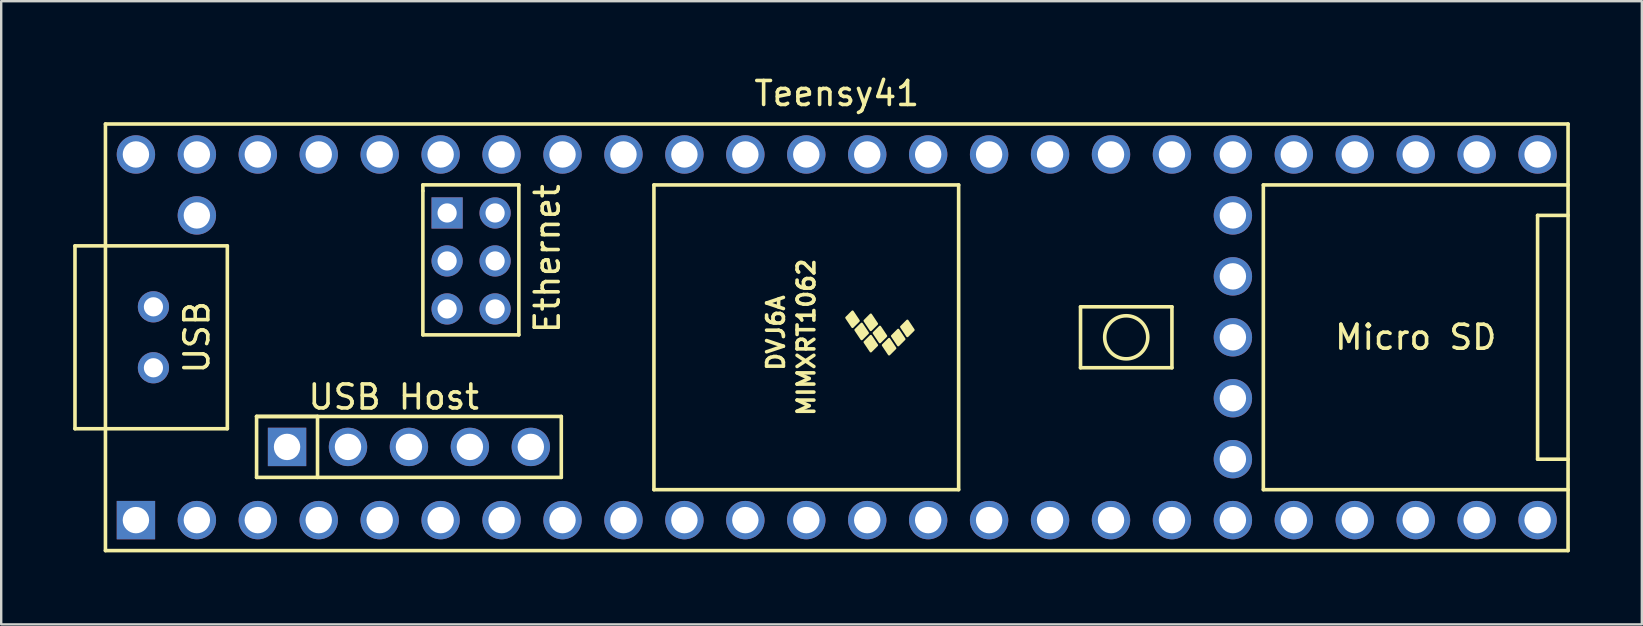
<source format=kicad_pcb>
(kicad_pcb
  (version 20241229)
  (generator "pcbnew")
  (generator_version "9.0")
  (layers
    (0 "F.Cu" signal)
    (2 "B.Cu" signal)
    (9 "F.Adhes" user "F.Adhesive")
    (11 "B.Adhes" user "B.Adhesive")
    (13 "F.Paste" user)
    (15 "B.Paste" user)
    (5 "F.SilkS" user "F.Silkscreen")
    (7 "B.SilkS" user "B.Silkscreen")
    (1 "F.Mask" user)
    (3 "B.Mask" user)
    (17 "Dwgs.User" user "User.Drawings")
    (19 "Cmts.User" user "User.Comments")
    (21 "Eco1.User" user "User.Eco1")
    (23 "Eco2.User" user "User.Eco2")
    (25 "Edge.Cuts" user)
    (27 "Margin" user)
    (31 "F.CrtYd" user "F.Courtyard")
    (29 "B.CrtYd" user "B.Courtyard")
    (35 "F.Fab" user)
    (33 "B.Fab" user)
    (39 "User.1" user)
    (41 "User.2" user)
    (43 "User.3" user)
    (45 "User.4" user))
  (footprint "Teensy41"
    (layer "F.Cu")
    (at 31.825 11.008)
    (property "Reference" "Teensy41" (at 0 -10.16 0) (layer "F.SilkS") (effects (font (size 1 1) (thickness 0.15))))
    (attr through_hole)
    (fp_line (start -31.75 -3.81) (end -30.48 -3.81) (stroke (width 0.15) (type solid)) (layer "F.SilkS"))
    (fp_line (start -31.75 3.81) (end -31.75 -3.81) (stroke (width 0.15) (type solid)) (layer "F.SilkS"))
    (fp_line (start -30.48 -8.89) (end 30.48 -8.89) (stroke (width 0.15) (type solid)) (layer "F.SilkS"))
    (fp_line (start -30.48 3.81) (end -31.75 3.81) (stroke (width 0.15) (type solid)) (layer "F.SilkS"))
    (fp_line (start -30.48 8.89) (end -30.48 -8.89) (stroke (width 0.15) (type solid)) (layer "F.SilkS"))
    (fp_line (start -25.4 -3.81) (end -30.48 -3.81) (stroke (width 0.15) (type solid)) (layer "F.SilkS"))
    (fp_line (start -25.4 3.81) (end -30.48 3.81) (stroke (width 0.15) (type solid)) (layer "F.SilkS"))
    (fp_line (start -25.4 3.81) (end -25.4 -3.81) (stroke (width 0.15) (type solid)) (layer "F.SilkS"))
    (fp_line (start -24.181 3.299) (end -21.641 3.299) (stroke (width 0.15) (type solid)) (layer "F.SilkS"))
    (fp_line (start -24.181 3.299) (end -11.481 3.299) (stroke (width 0.15) (type solid)) (layer "F.SilkS"))
    (fp_line (start -24.181 5.839) (end -24.181 3.299) (stroke (width 0.15) (type solid)) (layer "F.SilkS"))
    (fp_line (start -21.641 3.299) (end -21.641 5.839) (stroke (width 0.15) (type solid)) (layer "F.SilkS"))
    (fp_line (start -17.25 -6.352) (end -17.25 -6.102) (stroke (width 0.15) (type solid)) (layer "F.SilkS"))
    (fp_line (start -17.25 -6.102) (end -17.25 -0.102) (stroke (width 0.15) (type solid)) (layer "F.SilkS"))
    (fp_line (start -17.25 -0.102) (end -13.25 -0.102) (stroke (width 0.15) (type solid)) (layer "F.SilkS"))
    (fp_line (start -13.25 -6.352) (end -17.25 -6.352) (stroke (width 0.15) (type solid)) (layer "F.SilkS"))
    (fp_line (start -13.25 -0.102) (end -13.25 -6.352) (stroke (width 0.15) (type solid)) (layer "F.SilkS"))
    (fp_line (start -11.481 3.299) (end -11.481 5.839) (stroke (width 0.15) (type solid)) (layer "F.SilkS"))
    (fp_line (start -11.481 5.839) (end -24.181 5.839) (stroke (width 0.15) (type solid)) (layer "F.SilkS"))
    (fp_line (start -7.62 -6.35) (end -7.62 6.35) (stroke (width 0.15) (type solid)) (layer "F.SilkS"))
    (fp_line (start -7.62 6.35) (end 5.08 6.35) (stroke (width 0.15) (type solid)) (layer "F.SilkS"))
    (fp_line (start 5.08 -6.35) (end -7.62 -6.35) (stroke (width 0.15) (type solid)) (layer "F.SilkS"))
    (fp_line (start 5.08 6.35) (end 5.08 -6.35) (stroke (width 0.15) (type solid)) (layer "F.SilkS"))
    (fp_line (start 10.16 -1.27) (end 13.97 -1.27) (stroke (width 0.15) (type solid)) (layer "F.SilkS"))
    (fp_line (start 10.16 1.27) (end 10.16 -1.27) (stroke (width 0.15) (type solid)) (layer "F.SilkS"))
    (fp_line (start 13.97 -1.27) (end 13.97 1.27) (stroke (width 0.15) (type solid)) (layer "F.SilkS"))
    (fp_line (start 13.97 1.27) (end 10.16 1.27) (stroke (width 0.15) (type solid)) (layer "F.SilkS"))
    (fp_line (start 17.78 -6.35) (end 17.78 6.35) (stroke (width 0.15) (type solid)) (layer "F.SilkS"))
    (fp_line (start 17.78 6.35) (end 30.48 6.35) (stroke (width 0.15) (type solid)) (layer "F.SilkS"))
    (fp_line (start 29.21 -5.08) (end 29.21 5.08) (stroke (width 0.15) (type solid)) (layer "F.SilkS"))
    (fp_line (start 29.21 5.08) (end 30.48 5.08) (stroke (width 0.15) (type solid)) (layer "F.SilkS"))
    (fp_line (start 30.48 -8.89) (end 30.48 8.89) (stroke (width 0.15) (type solid)) (layer "F.SilkS"))
    (fp_line (start 30.48 -6.35) (end 17.78 -6.35) (stroke (width 0.15) (type solid)) (layer "F.SilkS"))
    (fp_line (start 30.48 -5.08) (end 29.21 -5.08) (stroke (width 0.15) (type solid)) (layer "F.SilkS"))
    (fp_line (start 30.48 8.89) (end -30.48 8.89) (stroke (width 0.15) (type solid)) (layer "F.SilkS"))
    (fp_circle (center 12.065 0) (end 12.7 -0.635) (stroke (width 0.15) (type solid)) (fill no) (layer "F.SilkS"))
    (fp_poly (pts (xy 0.911 -0.688) (xy 0.657 -0.434) (xy 0.403 -0.815) (xy 0.657 -1.069)) (stroke (width 0.1) (type solid)) (fill yes) (layer "F.SilkS"))
    (fp_poly (pts (xy 1.292 -0.18) (xy 1.038 0.074) (xy 0.784 -0.307) (xy 1.038 -0.561)) (stroke (width 0.1) (type solid)) (fill yes) (layer "F.SilkS"))
    (fp_poly (pts (xy 1.673 -0.561) (xy 1.419 -0.307) (xy 1.165 -0.688) (xy 1.419 -0.942)) (stroke (width 0.1) (type solid)) (fill yes) (layer "F.SilkS"))
    (fp_poly (pts (xy 1.673 0.328) (xy 1.419 0.582) (xy 1.165 0.201) (xy 1.419 -0.053)) (stroke (width 0.1) (type solid)) (fill yes) (layer "F.SilkS"))
    (fp_poly (pts (xy 2.054 -0.053) (xy 1.8 0.201) (xy 1.546 -0.18) (xy 1.8 -0.434)) (stroke (width 0.1) (type solid)) (fill yes) (layer "F.SilkS"))
    (fp_poly (pts (xy 2.435 0.455) (xy 2.181 0.709) (xy 1.927 0.328) (xy 2.181 0.074)) (stroke (width 0.1) (type solid)) (fill yes) (layer "F.SilkS"))
    (fp_poly (pts (xy 2.816 0.074) (xy 2.562 0.328) (xy 2.308 -0.053) (xy 2.562 -0.307)) (stroke (width 0.1) (type solid)) (fill yes) (layer "F.SilkS"))
    (fp_poly (pts (xy 3.197 -0.307) (xy 2.943 -0.053) (xy 2.689 -0.434) (xy 2.943 -0.688)) (stroke (width 0.1) (type solid)) (fill yes) (layer "F.SilkS"))
    (fp_text user "MIMXRT1062" (at -1.27 0 270) (layer "F.SilkS") (effects (font (size 0.7 0.7) (thickness 0.15))))
    (fp_text user "Ethernet" (at -12.065 -3.277 270) (layer "F.SilkS") (effects (font (size 1 1) (thickness 0.15))))
    (fp_text user "Micro SD" (at 24.13 0 0) (layer "F.SilkS") (effects (font (size 1 1) (thickness 0.15))))
    (fp_text user "USB" (at -26.67 0 270) (layer "F.SilkS") (effects (font (size 1 1) (thickness 0.15))))
    (fp_text user "DVJ6A" (at -2.54 -0.18 270) (layer "F.SilkS") (effects (font (size 0.7 0.7) (thickness 0.15))))
    (fp_text user "USB Host" (at -18.466 2.489 0) (layer "F.SilkS") (effects (font (size 1 1) (thickness 0.15))))
    (pad "1" thru_hole rect (at -29.21 7.62) (size 1.6 1.6) (drill 1.1) (layers "*.Cu" "*.Mask"))
    (pad "2" thru_hole circle (at -26.67 7.62) (size 1.6 1.6) (drill 1.1) (layers "*.Cu" "*.Mask"))
    (pad "3" thru_hole circle (at -24.13 7.62) (size 1.6 1.6) (drill 1.1) (layers "*.Cu" "*.Mask"))
    (pad "4" thru_hole circle (at -21.59 7.62) (size 1.6 1.6) (drill 1.1) (layers "*.Cu" "*.Mask"))
    (pad "5" thru_hole circle (at -19.05 7.62) (size 1.6 1.6) (drill 1.1) (layers "*.Cu" "*.Mask"))
    (pad "6" thru_hole circle (at -16.51 7.62) (size 1.6 1.6) (drill 1.1) (layers "*.Cu" "*.Mask"))
    (pad "7" thru_hole circle (at -13.97 7.62) (size 1.6 1.6) (drill 1.1) (layers "*.Cu" "*.Mask"))
    (pad "8" thru_hole circle (at -11.43 7.62) (size 1.6 1.6) (drill 1.1) (layers "*.Cu" "*.Mask"))
    (pad "9" thru_hole circle (at -8.89 7.62) (size 1.6 1.6) (drill 1.1) (layers "*.Cu" "*.Mask"))
    (pad "10" thru_hole circle (at -6.35 7.62) (size 1.6 1.6) (drill 1.1) (layers "*.Cu" "*.Mask"))
    (pad "11" thru_hole circle (at -3.81 7.62) (size 1.6 1.6) (drill 1.1) (layers "*.Cu" "*.Mask"))
    (pad "12" thru_hole circle (at -1.27 7.62) (size 1.6 1.6) (drill 1.1) (layers "*.Cu" "*.Mask"))
    (pad "13" thru_hole circle (at 1.27 7.62) (size 1.6 1.6) (drill 1.1) (layers "*.Cu" "*.Mask"))
    (pad "14" thru_hole circle (at 3.81 7.62) (size 1.6 1.6) (drill 1.1) (layers "*.Cu" "*.Mask"))
    (pad "15" thru_hole circle (at 6.35 7.62) (size 1.6 1.6) (drill 1.1) (layers "*.Cu" "*.Mask"))
    (pad "16" thru_hole circle (at 8.89 7.62) (size 1.6 1.6) (drill 1.1) (layers "*.Cu" "*.Mask"))
    (pad "17" thru_hole circle (at 11.43 7.62) (size 1.6 1.6) (drill 1.1) (layers "*.Cu" "*.Mask"))
    (pad "18" thru_hole circle (at 13.97 7.62) (size 1.6 1.6) (drill 1.1) (layers "*.Cu" "*.Mask"))
    (pad "19" thru_hole circle (at 16.51 7.62) (size 1.6 1.6) (drill 1.1) (layers "*.Cu" "*.Mask"))
    (pad "20" thru_hole circle (at 19.05 7.62) (size 1.6 1.6) (drill 1.1) (layers "*.Cu" "*.Mask"))
    (pad "21" thru_hole circle (at 21.59 7.62) (size 1.6 1.6) (drill 1.1) (layers "*.Cu" "*.Mask"))
    (pad "22" thru_hole circle (at 24.13 7.62) (size 1.6 1.6) (drill 1.1) (layers "*.Cu" "*.Mask"))
    (pad "23" thru_hole circle (at 26.67 7.62) (size 1.6 1.6) (drill 1.1) (layers "*.Cu" "*.Mask"))
    (pad "24" thru_hole circle (at 29.21 7.62) (size 1.6 1.6) (drill 1.1) (layers "*.Cu" "*.Mask"))
    (pad "25" thru_hole circle (at 29.21 -7.62) (size 1.6 1.6) (drill 1.1) (layers "*.Cu" "*.Mask"))
    (pad "26" thru_hole circle (at 26.67 -7.62) (size 1.6 1.6) (drill 1.1) (layers "*.Cu" "*.Mask"))
    (pad "27" thru_hole circle (at 24.13 -7.62) (size 1.6 1.6) (drill 1.1) (layers "*.Cu" "*.Mask"))
    (pad "28" thru_hole circle (at 21.59 -7.62) (size 1.6 1.6) (drill 1.1) (layers "*.Cu" "*.Mask"))
    (pad "29" thru_hole circle (at 19.05 -7.62) (size 1.6 1.6) (drill 1.1) (layers "*.Cu" "*.Mask"))
    (pad "30" thru_hole circle (at 16.51 -7.62) (size 1.6 1.6) (drill 1.1) (layers "*.Cu" "*.Mask"))
    (pad "31" thru_hole circle (at 13.97 -7.62) (size 1.6 1.6) (drill 1.1) (layers "*.Cu" "*.Mask"))
    (pad "32" thru_hole circle (at 11.43 -7.62) (size 1.6 1.6) (drill 1.1) (layers "*.Cu" "*.Mask"))
    (pad "33" thru_hole circle (at 8.89 -7.62) (size 1.6 1.6) (drill 1.1) (layers "*.Cu" "*.Mask"))
    (pad "34" thru_hole circle (at 6.35 -7.62) (size 1.6 1.6) (drill 1.1) (layers "*.Cu" "*.Mask"))
    (pad "35" thru_hole circle (at 3.81 -7.62) (size 1.6 1.6) (drill 1.1) (layers "*.Cu" "*.Mask"))
    (pad "36" thru_hole circle (at 1.27 -7.62) (size 1.6 1.6) (drill 1.1) (layers "*.Cu" "*.Mask"))
    (pad "37" thru_hole circle (at -1.27 -7.62) (size 1.6 1.6) (drill 1.1) (layers "*.Cu" "*.Mask"))
    (pad "38" thru_hole circle (at -3.81 -7.62) (size 1.6 1.6) (drill 1.1) (layers "*.Cu" "*.Mask"))
    (pad "39" thru_hole circle (at -6.35 -7.62) (size 1.6 1.6) (drill 1.1) (layers "*.Cu" "*.Mask"))
    (pad "40" thru_hole circle (at -8.89 -7.62) (size 1.6 1.6) (drill 1.1) (layers "*.Cu" "*.Mask"))
    (pad "41" thru_hole circle (at -11.43 -7.62) (size 1.6 1.6) (drill 1.1) (layers "*.Cu" "*.Mask"))
    (pad "42" thru_hole circle (at -13.97 -7.62) (size 1.6 1.6) (drill 1.1) (layers "*.Cu" "*.Mask"))
    (pad "43" thru_hole circle (at -16.51 -7.62) (size 1.6 1.6) (drill 1.1) (layers "*.Cu" "*.Mask"))
    (pad "44" thru_hole circle (at -19.05 -7.62) (size 1.6 1.6) (drill 1.1) (layers "*.Cu" "*.Mask"))
    (pad "45" thru_hole circle (at -21.59 -7.62) (size 1.6 1.6) (drill 1.1) (layers "*.Cu" "*.Mask"))
    (pad "46" thru_hole circle (at -24.13 -7.62) (size 1.6 1.6) (drill 1.1) (layers "*.Cu" "*.Mask"))
    (pad "47" thru_hole circle (at -26.67 -7.62) (size 1.6 1.6) (drill 1.1) (layers "*.Cu" "*.Mask"))
    (pad "48" thru_hole circle (at -29.21 -7.62) (size 1.6 1.6) (drill 1.1) (layers "*.Cu" "*.Mask"))
    (pad "49" thru_hole circle (at -26.67 -5.08) (size 1.6 1.6) (drill 1.1) (layers "*.Cu" "*.Mask"))
    (pad "50" thru_hole circle (at 16.51 5.08) (size 1.6 1.6) (drill 1.1) (layers "*.Cu" "*.Mask"))
    (pad "51" thru_hole circle (at 16.51 2.54) (size 1.6 1.6) (drill 1.1) (layers "*.Cu" "*.Mask"))
    (pad "52" thru_hole circle (at 16.51 0) (size 1.6 1.6) (drill 1.1) (layers "*.Cu" "*.Mask"))
    (pad "53" thru_hole circle (at 16.51 -2.54) (size 1.6 1.6) (drill 1.1) (layers "*.Cu" "*.Mask"))
    (pad "54" thru_hole circle (at 16.51 -5.08) (size 1.6 1.6) (drill 1.1) (layers "*.Cu" "*.Mask"))
    (pad "55" thru_hole rect (at -22.911 4.569) (size 1.6 1.6) (drill 1.1) (layers "*.Cu" "*.Mask"))
    (pad "56" thru_hole circle (at -20.371 4.569) (size 1.6 1.6) (drill 1.1) (layers "*.Cu" "*.Mask"))
    (pad "57" thru_hole circle (at -17.831 4.569) (size 1.6 1.6) (drill 1.1) (layers "*.Cu" "*.Mask"))
    (pad "58" thru_hole circle (at -15.291 4.569) (size 1.6 1.6) (drill 1.1) (layers "*.Cu" "*.Mask"))
    (pad "59" thru_hole circle (at -12.751 4.569) (size 1.6 1.6) (drill 1.1) (layers "*.Cu" "*.Mask"))
    (pad "60" thru_hole rect (at -16.24 -5.182) (size 1.3 1.3) (drill 0.8) (layers "*.Cu" "*.Mask"))
    (pad "61" thru_hole circle (at -16.24 -3.182) (size 1.3 1.3) (drill 0.8) (layers "*.Cu" "*.Mask"))
    (pad "62" thru_hole circle (at -16.24 -1.182) (size 1.3 1.3) (drill 0.8) (layers "*.Cu" "*.Mask"))
    (pad "63" thru_hole circle (at -14.24 -1.182) (size 1.3 1.3) (drill 0.8) (layers "*.Cu" "*.Mask"))
    (pad "64" thru_hole circle (at -14.24 -3.182) (size 1.3 1.3) (drill 0.8) (layers "*.Cu" "*.Mask"))
    (pad "65" thru_hole circle (at -14.24 -5.182) (size 1.3 1.3) (drill 0.8) (layers "*.Cu" "*.Mask"))
    (pad "66" thru_hole circle (at -28.48 -1.27) (size 1.3 1.3) (drill 0.8) (layers "*.Cu" "*.Mask"))
    (pad "67" thru_hole circle (at -28.48 1.27) (size 1.3 1.3) (drill 0.8) (layers "*.Cu" "*.Mask")))
  (gr_rect
    (start -3 -3)
    (end 65.38 22.973)
    (stroke (width 0.1) (type default))
    (fill no)
    (layer "Edge.Cuts")))
</source>
